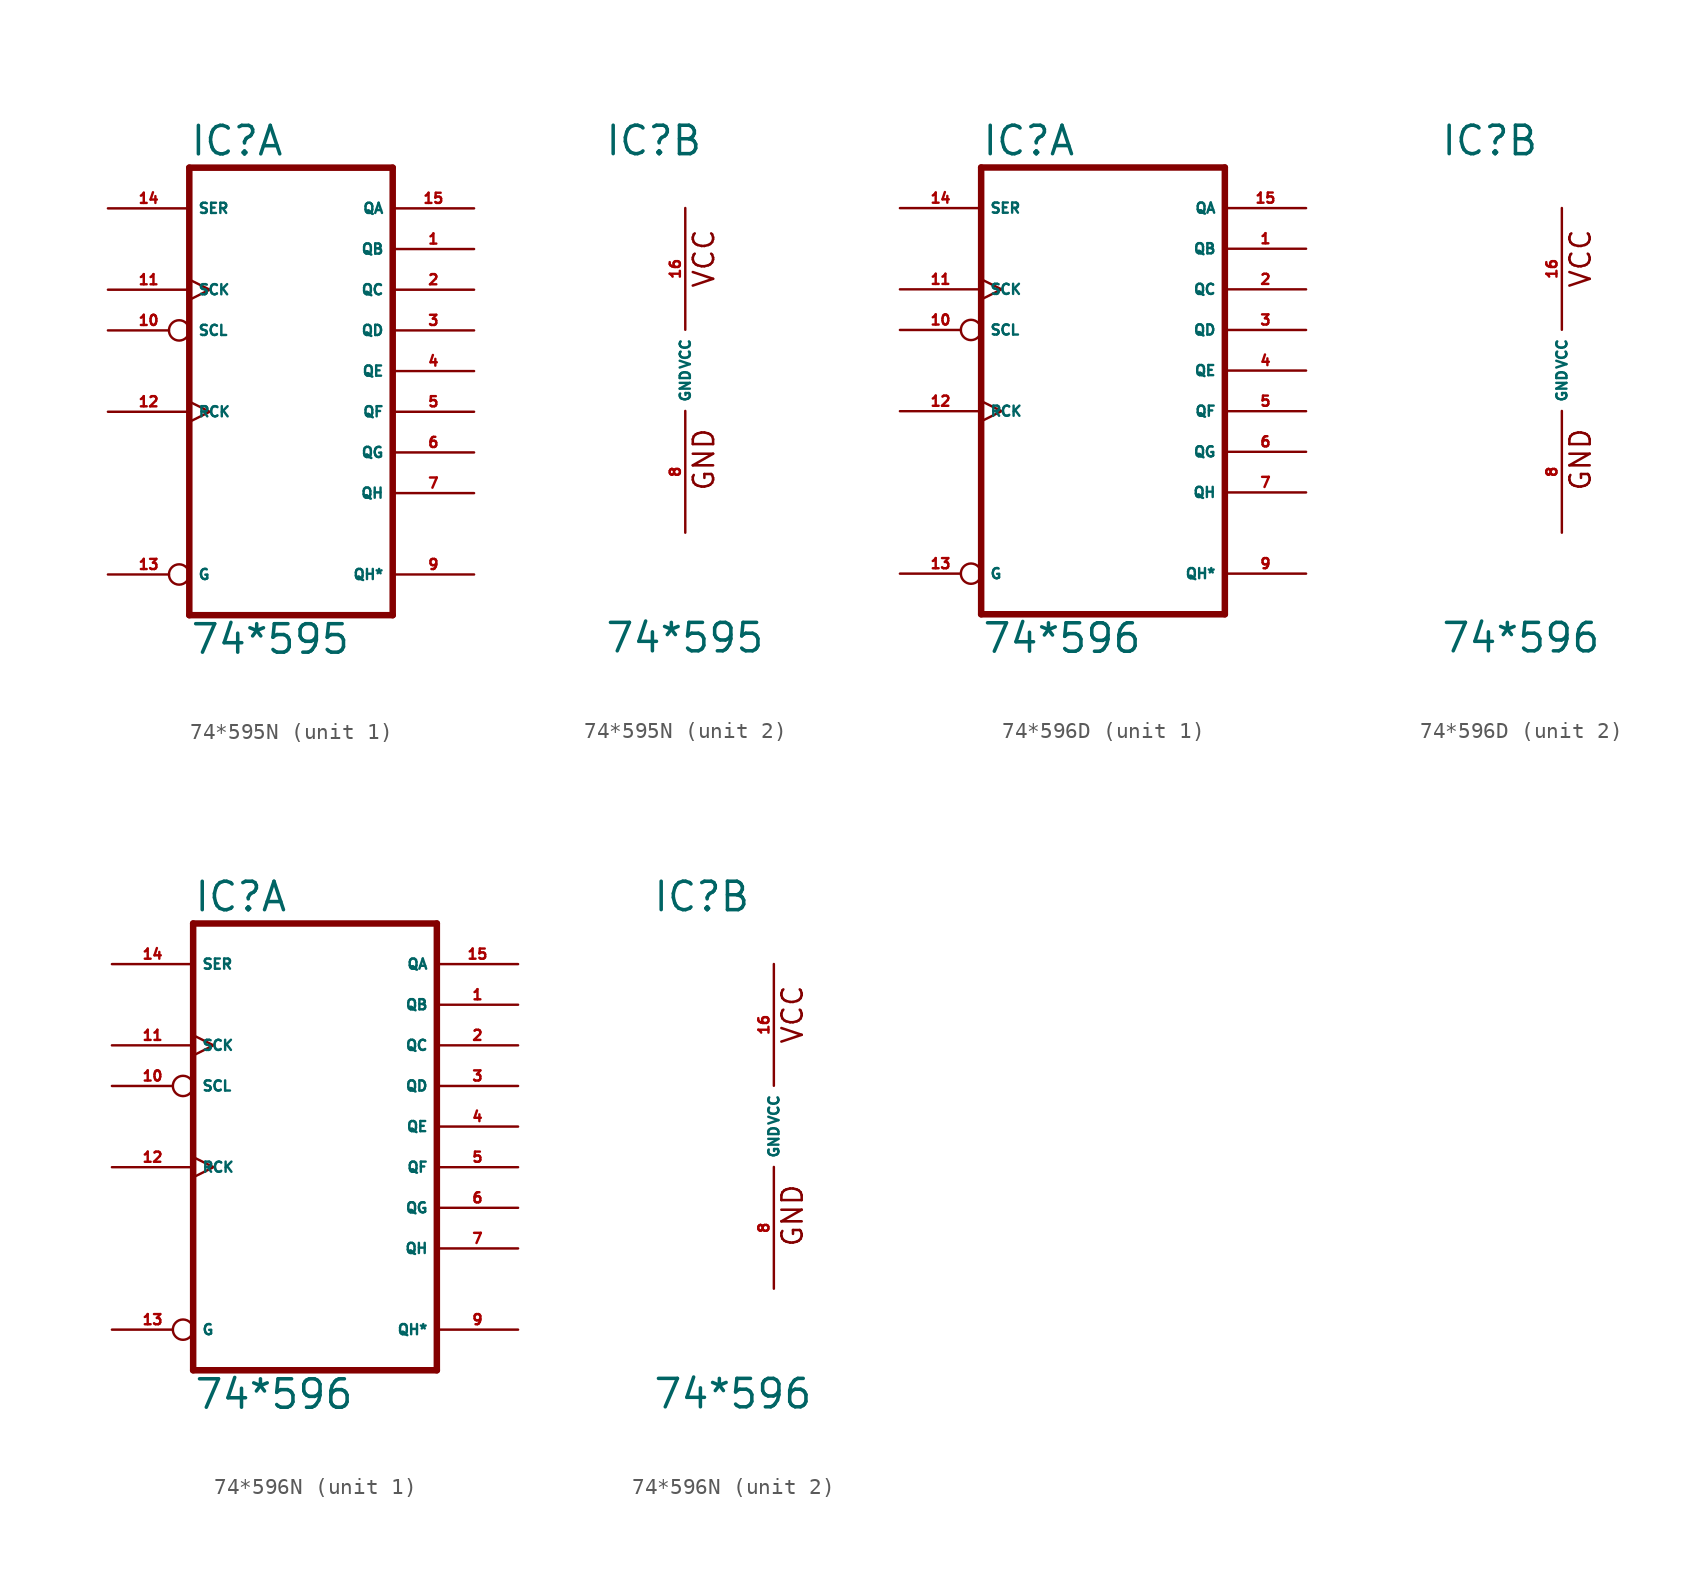
<source format=kicad_sym>
(kicad_symbol_lib
  (version 20220914)
  (generator Eagle2Kicad)
  (symbol "74*595N"
    (property "Reference" "IC"
      (at -5.08 13.335 0)
      (effects (font (size 1.778 1.778) (thickness 0.22)) (justify left bottom)))
    (property "Value" "74*595"
      (at -5.08 -17.78 0)
      (effects (font (size 1.778 1.778) (thickness 0.22)) (justify left bottom)))
    (symbol "74*595N_1_0"
      (polyline (pts (xy -5.08 -15.24) (xy 7.62 -15.24)) (stroke (width 0.406) (type default)) (fill (type none)))
      (polyline (pts (xy 7.62 -15.24) (xy 7.62 12.7)) (stroke (width 0.406) (type default)) (fill (type none)))
      (polyline (pts (xy 7.62 12.7) (xy -5.08 12.7)) (stroke (width 0.406) (type default)) (fill (type none)))
      (polyline (pts (xy -5.08 12.7) (xy -5.08 -15.24)) (stroke (width 0.406) (type default)) (fill (type none)))
      (pin tri_state line (at 12.7 7.62 180) (length 5.08) (name "QB" (effects (font (size 0.635 0.635) (thickness 0.08)) (justify left bottom))) (number "1" (effects (font (size 0.635 0.635) (thickness 0.08)) (justify left bottom))))
      (pin tri_state line (at 12.7 5.08 180) (length 5.08) (name "QC" (effects (font (size 0.635 0.635) (thickness 0.08)) (justify left bottom))) (number "2" (effects (font (size 0.635 0.635) (thickness 0.08)) (justify left bottom))))
      (pin tri_state line (at 12.7 2.54 180) (length 5.08) (name "QD" (effects (font (size 0.635 0.635) (thickness 0.08)) (justify left bottom))) (number "3" (effects (font (size 0.635 0.635) (thickness 0.08)) (justify left bottom))))
      (pin tri_state line (at 12.7 0 180) (length 5.08) (name "QE" (effects (font (size 0.635 0.635) (thickness 0.08)) (justify left bottom))) (number "4" (effects (font (size 0.635 0.635) (thickness 0.08)) (justify left bottom))))
      (pin tri_state line (at 12.7 -2.54 180) (length 5.08) (name "QF" (effects (font (size 0.635 0.635) (thickness 0.08)) (justify left bottom))) (number "5" (effects (font (size 0.635 0.635) (thickness 0.08)) (justify left bottom))))
      (pin tri_state line (at 12.7 -5.08 180) (length 5.08) (name "QG" (effects (font (size 0.635 0.635) (thickness 0.08)) (justify left bottom))) (number "6" (effects (font (size 0.635 0.635) (thickness 0.08)) (justify left bottom))))
      (pin tri_state line (at 12.7 -7.62 180) (length 5.08) (name "QH" (effects (font (size 0.635 0.635) (thickness 0.08)) (justify left bottom))) (number "7" (effects (font (size 0.635 0.635) (thickness 0.08)) (justify left bottom))))
      (pin input inverted (at -10.16 2.54 0) (length 5.08) (name "SCL" (effects (font (size 0.635 0.635) (thickness 0.08)) (justify left bottom))) (number "10" (effects (font (size 0.635 0.635) (thickness 0.08)) (justify left bottom))))
      (pin input clock (at -10.16 5.08 0) (length 5.08) (name "SCK" (effects (font (size 0.635 0.635) (thickness 0.08)) (justify left bottom))) (number "11" (effects (font (size 0.635 0.635) (thickness 0.08)) (justify left bottom))))
      (pin input clock (at -10.16 -2.54 0) (length 5.08) (name "RCK" (effects (font (size 0.635 0.635) (thickness 0.08)) (justify left bottom))) (number "12" (effects (font (size 0.635 0.635) (thickness 0.08)) (justify left bottom))))
      (pin input inverted (at -10.16 -12.7 0) (length 5.08) (name "G" (effects (font (size 0.635 0.635) (thickness 0.08)) (justify left bottom))) (number "13" (effects (font (size 0.635 0.635) (thickness 0.08)) (justify left bottom))))
      (pin input line (at -10.16 10.16 0) (length 5.08) (name "SER" (effects (font (size 0.635 0.635) (thickness 0.08)) (justify left bottom))) (number "14" (effects (font (size 0.635 0.635) (thickness 0.08)) (justify left bottom))))
      (pin tri_state line (at 12.7 10.16 180) (length 5.08) (name "QA" (effects (font (size 0.635 0.635) (thickness 0.08)) (justify left bottom))) (number "15" (effects (font (size 0.635 0.635) (thickness 0.08)) (justify left bottom))))
      (pin tri_state line (at 12.7 -12.7 180) (length 5.08) (name "QH*" (effects (font (size 0.635 0.635) (thickness 0.08)) (justify left bottom))) (number "9" (effects (font (size 0.635 0.635) (thickness 0.08)) (justify left bottom)))))
    (symbol "74*595N_2_0"
      (text "GND" (at 1.905 -7.62 900) (effects (font (size 1.27 1.27) (thickness 0.16)) (justify left bottom)))
      (text "VCC" (at 1.905 5.08 900) (effects (font (size 1.27 1.27) (thickness 0.16)) (justify left bottom)))
      (pin unspecified line (at 0 -10.16 90) (length 7.62) (name "GND" (effects (font (size 0.635 0.635) (thickness 0.08)) (justify left bottom))) (number "8" (effects (font (size 0.635 0.635) (thickness 0.08)) (justify left bottom))))
      (pin unspecified line (at 0 10.16 270) (length 7.62) (name "VCC" (effects (font (size 0.635 0.635) (thickness 0.08)) (justify left bottom))) (number "16" (effects (font (size 0.635 0.635) (thickness 0.08)) (justify left bottom))))))
  (symbol "74*596D"
    (property "Reference" "IC"
      (at -7.62 13.335 0)
      (effects (font (size 1.778 1.778) (thickness 0.22)) (justify left bottom)))
    (property "Value" "74*596"
      (at -7.62 -17.78 0)
      (effects (font (size 1.778 1.778) (thickness 0.22)) (justify left bottom)))
    (symbol "74*596D_1_0"
      (polyline (pts (xy -7.62 -15.24) (xy 7.62 -15.24)) (stroke (width 0.406) (type default)) (fill (type none)))
      (polyline (pts (xy 7.62 -15.24) (xy 7.62 12.7)) (stroke (width 0.406) (type default)) (fill (type none)))
      (polyline (pts (xy 7.62 12.7) (xy -7.62 12.7)) (stroke (width 0.406) (type default)) (fill (type none)))
      (polyline (pts (xy -7.62 12.7) (xy -7.62 -15.24)) (stroke (width 0.406) (type default)) (fill (type none)))
      (pin open_collector line (at 12.7 7.62 180) (length 5.08) (name "QB" (effects (font (size 0.635 0.635) (thickness 0.08)) (justify left bottom))) (number "1" (effects (font (size 0.635 0.635) (thickness 0.08)) (justify left bottom))))
      (pin open_collector line (at 12.7 5.08 180) (length 5.08) (name "QC" (effects (font (size 0.635 0.635) (thickness 0.08)) (justify left bottom))) (number "2" (effects (font (size 0.635 0.635) (thickness 0.08)) (justify left bottom))))
      (pin open_collector line (at 12.7 2.54 180) (length 5.08) (name "QD" (effects (font (size 0.635 0.635) (thickness 0.08)) (justify left bottom))) (number "3" (effects (font (size 0.635 0.635) (thickness 0.08)) (justify left bottom))))
      (pin open_collector line (at 12.7 0 180) (length 5.08) (name "QE" (effects (font (size 0.635 0.635) (thickness 0.08)) (justify left bottom))) (number "4" (effects (font (size 0.635 0.635) (thickness 0.08)) (justify left bottom))))
      (pin open_collector line (at 12.7 -2.54 180) (length 5.08) (name "QF" (effects (font (size 0.635 0.635) (thickness 0.08)) (justify left bottom))) (number "5" (effects (font (size 0.635 0.635) (thickness 0.08)) (justify left bottom))))
      (pin open_collector line (at 12.7 -5.08 180) (length 5.08) (name "QG" (effects (font (size 0.635 0.635) (thickness 0.08)) (justify left bottom))) (number "6" (effects (font (size 0.635 0.635) (thickness 0.08)) (justify left bottom))))
      (pin open_collector line (at 12.7 -7.62 180) (length 5.08) (name "QH" (effects (font (size 0.635 0.635) (thickness 0.08)) (justify left bottom))) (number "7" (effects (font (size 0.635 0.635) (thickness 0.08)) (justify left bottom))))
      (pin input inverted (at -12.7 2.54 0) (length 5.08) (name "SCL" (effects (font (size 0.635 0.635) (thickness 0.08)) (justify left bottom))) (number "10" (effects (font (size 0.635 0.635) (thickness 0.08)) (justify left bottom))))
      (pin input clock (at -12.7 5.08 0) (length 5.08) (name "SCK" (effects (font (size 0.635 0.635) (thickness 0.08)) (justify left bottom))) (number "11" (effects (font (size 0.635 0.635) (thickness 0.08)) (justify left bottom))))
      (pin input clock (at -12.7 -2.54 0) (length 5.08) (name "RCK" (effects (font (size 0.635 0.635) (thickness 0.08)) (justify left bottom))) (number "12" (effects (font (size 0.635 0.635) (thickness 0.08)) (justify left bottom))))
      (pin input inverted (at -12.7 -12.7 0) (length 5.08) (name "G" (effects (font (size 0.635 0.635) (thickness 0.08)) (justify left bottom))) (number "13" (effects (font (size 0.635 0.635) (thickness 0.08)) (justify left bottom))))
      (pin input line (at -12.7 10.16 0) (length 5.08) (name "SER" (effects (font (size 0.635 0.635) (thickness 0.08)) (justify left bottom))) (number "14" (effects (font (size 0.635 0.635) (thickness 0.08)) (justify left bottom))))
      (pin open_collector line (at 12.7 10.16 180) (length 5.08) (name "QA" (effects (font (size 0.635 0.635) (thickness 0.08)) (justify left bottom))) (number "15" (effects (font (size 0.635 0.635) (thickness 0.08)) (justify left bottom))))
      (pin open_collector line (at 12.7 -12.7 180) (length 5.08) (name "QH*" (effects (font (size 0.635 0.635) (thickness 0.08)) (justify left bottom))) (number "9" (effects (font (size 0.635 0.635) (thickness 0.08)) (justify left bottom)))))
    (symbol "74*596D_2_0"
      (text "GND" (at 1.905 -7.62 900) (effects (font (size 1.27 1.27) (thickness 0.16)) (justify left bottom)))
      (text "VCC" (at 1.905 5.08 900) (effects (font (size 1.27 1.27) (thickness 0.16)) (justify left bottom)))
      (pin unspecified line (at 0 -10.16 90) (length 7.62) (name "GND" (effects (font (size 0.635 0.635) (thickness 0.08)) (justify left bottom))) (number "8" (effects (font (size 0.635 0.635) (thickness 0.08)) (justify left bottom))))
      (pin unspecified line (at 0 10.16 270) (length 7.62) (name "VCC" (effects (font (size 0.635 0.635) (thickness 0.08)) (justify left bottom))) (number "16" (effects (font (size 0.635 0.635) (thickness 0.08)) (justify left bottom))))))
  (symbol "74*596N"
    (property "Reference" "IC"
      (at -7.62 13.335 0)
      (effects (font (size 1.778 1.778) (thickness 0.22)) (justify left bottom)))
    (property "Value" "74*596"
      (at -7.62 -17.78 0)
      (effects (font (size 1.778 1.778) (thickness 0.22)) (justify left bottom)))
    (symbol "74*596N_1_0"
      (polyline (pts (xy -7.62 -15.24) (xy 7.62 -15.24)) (stroke (width 0.406) (type default)) (fill (type none)))
      (polyline (pts (xy 7.62 -15.24) (xy 7.62 12.7)) (stroke (width 0.406) (type default)) (fill (type none)))
      (polyline (pts (xy 7.62 12.7) (xy -7.62 12.7)) (stroke (width 0.406) (type default)) (fill (type none)))
      (polyline (pts (xy -7.62 12.7) (xy -7.62 -15.24)) (stroke (width 0.406) (type default)) (fill (type none)))
      (pin open_collector line (at 12.7 7.62 180) (length 5.08) (name "QB" (effects (font (size 0.635 0.635) (thickness 0.08)) (justify left bottom))) (number "1" (effects (font (size 0.635 0.635) (thickness 0.08)) (justify left bottom))))
      (pin open_collector line (at 12.7 5.08 180) (length 5.08) (name "QC" (effects (font (size 0.635 0.635) (thickness 0.08)) (justify left bottom))) (number "2" (effects (font (size 0.635 0.635) (thickness 0.08)) (justify left bottom))))
      (pin open_collector line (at 12.7 2.54 180) (length 5.08) (name "QD" (effects (font (size 0.635 0.635) (thickness 0.08)) (justify left bottom))) (number "3" (effects (font (size 0.635 0.635) (thickness 0.08)) (justify left bottom))))
      (pin open_collector line (at 12.7 0 180) (length 5.08) (name "QE" (effects (font (size 0.635 0.635) (thickness 0.08)) (justify left bottom))) (number "4" (effects (font (size 0.635 0.635) (thickness 0.08)) (justify left bottom))))
      (pin open_collector line (at 12.7 -2.54 180) (length 5.08) (name "QF" (effects (font (size 0.635 0.635) (thickness 0.08)) (justify left bottom))) (number "5" (effects (font (size 0.635 0.635) (thickness 0.08)) (justify left bottom))))
      (pin open_collector line (at 12.7 -5.08 180) (length 5.08) (name "QG" (effects (font (size 0.635 0.635) (thickness 0.08)) (justify left bottom))) (number "6" (effects (font (size 0.635 0.635) (thickness 0.08)) (justify left bottom))))
      (pin open_collector line (at 12.7 -7.62 180) (length 5.08) (name "QH" (effects (font (size 0.635 0.635) (thickness 0.08)) (justify left bottom))) (number "7" (effects (font (size 0.635 0.635) (thickness 0.08)) (justify left bottom))))
      (pin input inverted (at -12.7 2.54 0) (length 5.08) (name "SCL" (effects (font (size 0.635 0.635) (thickness 0.08)) (justify left bottom))) (number "10" (effects (font (size 0.635 0.635) (thickness 0.08)) (justify left bottom))))
      (pin input clock (at -12.7 5.08 0) (length 5.08) (name "SCK" (effects (font (size 0.635 0.635) (thickness 0.08)) (justify left bottom))) (number "11" (effects (font (size 0.635 0.635) (thickness 0.08)) (justify left bottom))))
      (pin input clock (at -12.7 -2.54 0) (length 5.08) (name "RCK" (effects (font (size 0.635 0.635) (thickness 0.08)) (justify left bottom))) (number "12" (effects (font (size 0.635 0.635) (thickness 0.08)) (justify left bottom))))
      (pin input inverted (at -12.7 -12.7 0) (length 5.08) (name "G" (effects (font (size 0.635 0.635) (thickness 0.08)) (justify left bottom))) (number "13" (effects (font (size 0.635 0.635) (thickness 0.08)) (justify left bottom))))
      (pin input line (at -12.7 10.16 0) (length 5.08) (name "SER" (effects (font (size 0.635 0.635) (thickness 0.08)) (justify left bottom))) (number "14" (effects (font (size 0.635 0.635) (thickness 0.08)) (justify left bottom))))
      (pin open_collector line (at 12.7 10.16 180) (length 5.08) (name "QA" (effects (font (size 0.635 0.635) (thickness 0.08)) (justify left bottom))) (number "15" (effects (font (size 0.635 0.635) (thickness 0.08)) (justify left bottom))))
      (pin open_collector line (at 12.7 -12.7 180) (length 5.08) (name "QH*" (effects (font (size 0.635 0.635) (thickness 0.08)) (justify left bottom))) (number "9" (effects (font (size 0.635 0.635) (thickness 0.08)) (justify left bottom)))))
    (symbol "74*596N_2_0"
      (text "GND" (at 1.905 -7.62 900) (effects (font (size 1.27 1.27) (thickness 0.16)) (justify left bottom)))
      (text "VCC" (at 1.905 5.08 900) (effects (font (size 1.27 1.27) (thickness 0.16)) (justify left bottom)))
      (pin unspecified line (at 0 -10.16 90) (length 7.62) (name "GND" (effects (font (size 0.635 0.635) (thickness 0.08)) (justify left bottom))) (number "8" (effects (font (size 0.635 0.635) (thickness 0.08)) (justify left bottom))))
      (pin unspecified line (at 0 10.16 270) (length 7.62) (name "VCC" (effects (font (size 0.635 0.635) (thickness 0.08)) (justify left bottom))) (number "16" (effects (font (size 0.635 0.635) (thickness 0.08)) (justify left bottom)))))))
</source>
